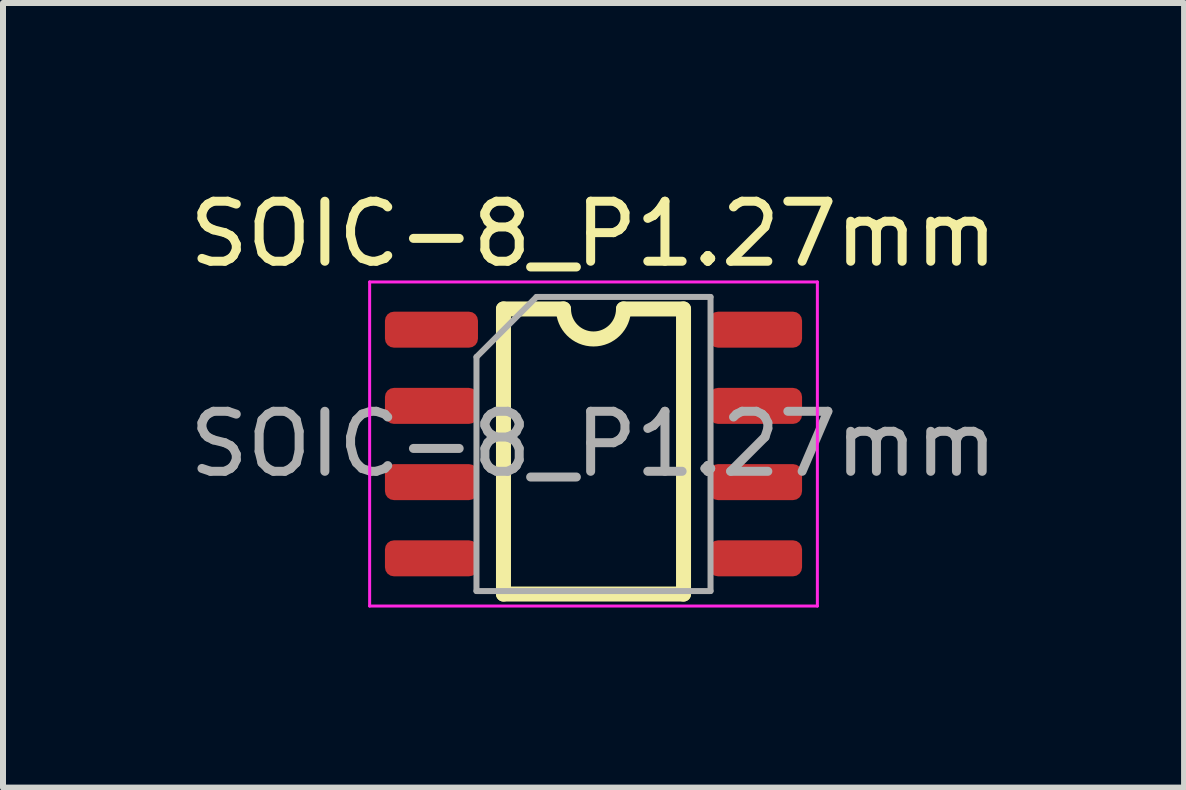
<source format=kicad_pcb>
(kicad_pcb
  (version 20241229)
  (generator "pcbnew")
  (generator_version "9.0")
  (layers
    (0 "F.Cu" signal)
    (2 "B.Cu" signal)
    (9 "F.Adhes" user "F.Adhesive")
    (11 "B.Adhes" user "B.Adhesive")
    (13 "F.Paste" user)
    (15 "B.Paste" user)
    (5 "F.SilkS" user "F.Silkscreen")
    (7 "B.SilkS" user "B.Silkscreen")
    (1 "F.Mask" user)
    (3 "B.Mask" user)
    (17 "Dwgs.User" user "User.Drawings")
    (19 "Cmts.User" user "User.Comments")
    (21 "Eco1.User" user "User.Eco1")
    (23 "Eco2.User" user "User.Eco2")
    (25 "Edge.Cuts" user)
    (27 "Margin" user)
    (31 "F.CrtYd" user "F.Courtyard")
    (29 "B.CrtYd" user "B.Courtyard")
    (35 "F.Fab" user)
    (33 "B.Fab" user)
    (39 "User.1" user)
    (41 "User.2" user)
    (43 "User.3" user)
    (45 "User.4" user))
  (footprint "SOIC-8_P1.27mm"
    (layer "F.Cu")
    (at 6.839 4.348)
    (property "Reference" "SOIC-8_P1.27mm" (at 0 -3.5 0) (layer "F.SilkS") (effects (font (size 1 1) (thickness 0.15))))
    (attr smd)
    (fp_line (start -1.5 -2.25) (end -0.5 -2.25) (stroke (width 0.25) (type solid)) (layer "F.SilkS"))
    (fp_line (start -1.5 2.5) (end -1.5 -2.25) (stroke (width 0.25) (type solid)) (layer "F.SilkS"))
    (fp_line (start 0.5 -2.25) (end 1.5 -2.25) (stroke (width 0.25) (type solid)) (layer "F.SilkS"))
    (fp_line (start 1.5 -2.25) (end 1.5 2.5) (stroke (width 0.25) (type solid)) (layer "F.SilkS"))
    (fp_line (start 1.5 2.5) (end -1.5 2.5) (stroke (width 0.25) (type solid)) (layer "F.SilkS"))
    (fp_arc (start 0.5 -2.25) (mid 0 -1.75) (end -0.5 -2.25) (stroke (width 0.25) (type solid)) (layer "F.SilkS"))
    (fp_line (start -3.73 -2.7) (end -3.73 2.7) (stroke (width 0.05) (type solid)) (layer "F.CrtYd"))
    (fp_line (start -3.73 -2.7) (end 3.73 -2.7) (stroke (width 0.05) (type solid)) (layer "F.CrtYd"))
    (fp_line (start -3.73 2.7) (end 3.73 2.7) (stroke (width 0.05) (type solid)) (layer "F.CrtYd"))
    (fp_line (start 3.73 -2.7) (end 3.73 2.7) (stroke (width 0.05) (type solid)) (layer "F.CrtYd"))
    (fp_line (start -1.95 -1.45) (end -0.95 -2.45) (stroke (width 0.1) (type solid)) (layer "F.Fab"))
    (fp_line (start -1.95 2.45) (end -1.95 -1.45) (stroke (width 0.1) (type solid)) (layer "F.Fab"))
    (fp_line (start -0.95 -2.45) (end 1.95 -2.45) (stroke (width 0.1) (type solid)) (layer "F.Fab"))
    (fp_line (start 1.95 -2.45) (end 1.95 2.45) (stroke (width 0.1) (type solid)) (layer "F.Fab"))
    (fp_line (start 1.95 2.45) (end -1.95 2.45) (stroke (width 0.1) (type solid)) (layer "F.Fab"))
    (fp_text user "${REFERENCE}" (at 0 0 0) (layer "F.Fab") (effects (font (size 1 1) (thickness 0.15))))
    (pad "1" smd roundrect (at -2.7 -1.905) (size 1.55 0.6) (layers "F.Cu" "F.Mask" "F.Paste") (roundrect_rratio 0.25))
    (pad "2" smd roundrect (at -2.7 -0.635) (size 1.55 0.6) (layers "F.Cu" "F.Mask" "F.Paste") (roundrect_rratio 0.25))
    (pad "3" smd roundrect (at -2.7 0.635) (size 1.55 0.6) (layers "F.Cu" "F.Mask" "F.Paste") (roundrect_rratio 0.25))
    (pad "4" smd roundrect (at -2.7 1.905) (size 1.55 0.6) (layers "F.Cu" "F.Mask" "F.Paste") (roundrect_rratio 0.25))
    (pad "5" smd roundrect (at 2.7 1.905) (size 1.55 0.6) (layers "F.Cu" "F.Mask" "F.Paste") (roundrect_rratio 0.25))
    (pad "6" smd roundrect (at 2.7 0.635) (size 1.55 0.6) (layers "F.Cu" "F.Mask" "F.Paste") (roundrect_rratio 0.25))
    (pad "7" smd roundrect (at 2.7 -0.635) (size 1.55 0.6) (layers "F.Cu" "F.Mask" "F.Paste") (roundrect_rratio 0.25))
    (pad "8" smd roundrect (at 2.7 -1.905) (size 1.55 0.6) (layers "F.Cu" "F.Mask" "F.Paste") (roundrect_rratio 0.25)))
  (gr_rect
    (start -3 -3)
    (end 16.679 10.073)
    (stroke (width 0.1) (type default))
    (fill no)
    (layer "Edge.Cuts")))
</source>
